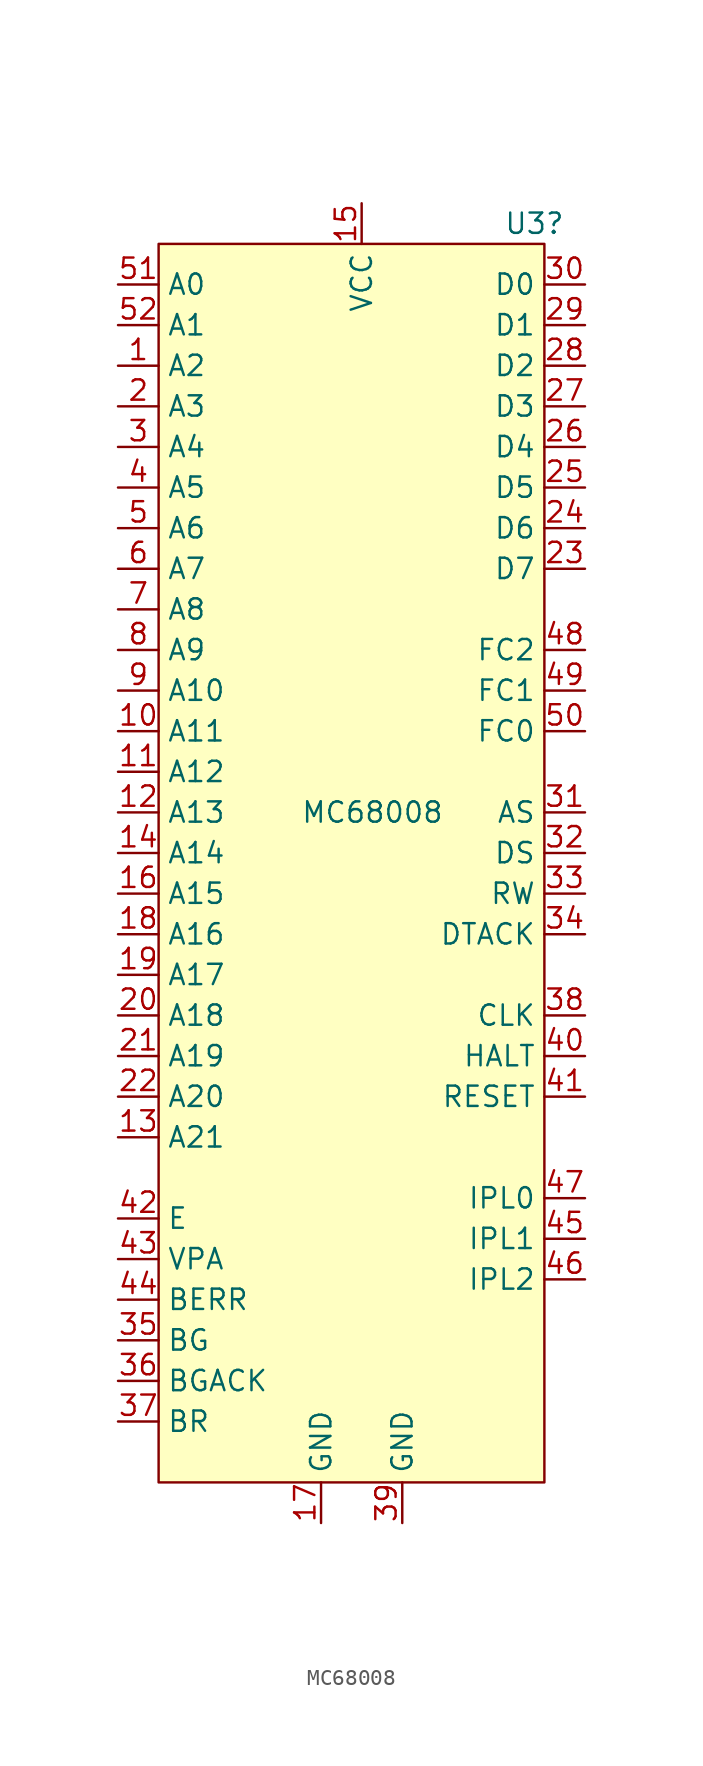
<source format=kicad_sym>
(kicad_symbol_lib
  (version 20231120)
  (generator "kicad_symbol_editor")
  (generator_version "8.0")
  (symbol "MC68008"
    (property "Reference" "U3"
      (at 8.89 36.83 0)
      (effects (font (size 1.27 1.27)) (justify left)))
    (property "Value" "MC68008"
      (at -3.81 0 0)
      (effects (font (size 1.27 1.27)) (justify left)))
    (symbol "MC68008_0_1"
      (rectangle (start -12.7 35.56) (end 11.43 -41.91) (stroke (width 0) (type default)) (fill (type background))))
    (symbol "MC68008_1_1"
      (pin output line (at -15.24 27.94 0) (length 2.54) (name "A2" (effects (font (size 1.27 1.27)))) (number "1" (effects (font (size 1.27 1.27)))))
      (pin output line (at -15.24 5.08 0) (length 2.54) (name "A11" (effects (font (size 1.27 1.27)))) (number "10" (effects (font (size 1.27 1.27)))))
      (pin output line (at -15.24 2.54 0) (length 2.54) (name "A12" (effects (font (size 1.27 1.27)))) (number "11" (effects (font (size 1.27 1.27)))))
      (pin output line (at -15.24 0 0) (length 2.54) (name "A13" (effects (font (size 1.27 1.27)))) (number "12" (effects (font (size 1.27 1.27)))))
      (pin output line (at -15.24 -20.32 0) (length 2.54) (name "A21" (effects (font (size 1.27 1.27)))) (number "13" (effects (font (size 1.27 1.27)))))
      (pin output line (at -15.24 -2.54 0) (length 2.54) (name "A14" (effects (font (size 1.27 1.27)))) (number "14" (effects (font (size 1.27 1.27)))))
      (pin power_in line (at 0 38.1 270) (length 2.54) (name "VCC" (effects (font (size 1.27 1.27)))) (number "15" (effects (font (size 1.27 1.27)))))
      (pin output line (at -15.24 -5.08 0) (length 2.54) (name "A15" (effects (font (size 1.27 1.27)))) (number "16" (effects (font (size 1.27 1.27)))))
      (pin power_in line (at -2.54 -44.45 90) (length 2.54) (name "GND" (effects (font (size 1.27 1.27)))) (number "17" (effects (font (size 1.27 1.27)))))
      (pin output line (at -15.24 -7.62 0) (length 2.54) (name "A16" (effects (font (size 1.27 1.27)))) (number "18" (effects (font (size 1.27 1.27)))))
      (pin output line (at -15.24 -10.16 0) (length 2.54) (name "A17" (effects (font (size 1.27 1.27)))) (number "19" (effects (font (size 1.27 1.27)))))
      (pin output line (at -15.24 25.4 0) (length 2.54) (name "A3" (effects (font (size 1.27 1.27)))) (number "2" (effects (font (size 1.27 1.27)))))
      (pin output line (at -15.24 -12.7 0) (length 2.54) (name "A18" (effects (font (size 1.27 1.27)))) (number "20" (effects (font (size 1.27 1.27)))))
      (pin output line (at -15.24 -15.24 0) (length 2.54) (name "A19" (effects (font (size 1.27 1.27)))) (number "21" (effects (font (size 1.27 1.27)))))
      (pin output line (at -15.24 -17.78 0) (length 2.54) (name "A20" (effects (font (size 1.27 1.27)))) (number "22" (effects (font (size 1.27 1.27)))))
      (pin bidirectional line (at 13.97 15.24 180) (length 2.54) (name "D7" (effects (font (size 1.27 1.27)))) (number "23" (effects (font (size 1.27 1.27)))))
      (pin bidirectional line (at 13.97 17.78 180) (length 2.54) (name "D6" (effects (font (size 1.27 1.27)))) (number "24" (effects (font (size 1.27 1.27)))))
      (pin bidirectional line (at 13.97 20.32 180) (length 2.54) (name "D5" (effects (font (size 1.27 1.27)))) (number "25" (effects (font (size 1.27 1.27)))))
      (pin bidirectional line (at 13.97 22.86 180) (length 2.54) (name "D4" (effects (font (size 1.27 1.27)))) (number "26" (effects (font (size 1.27 1.27)))))
      (pin bidirectional line (at 13.97 25.4 180) (length 2.54) (name "D3" (effects (font (size 1.27 1.27)))) (number "27" (effects (font (size 1.27 1.27)))))
      (pin bidirectional line (at 13.97 27.94 180) (length 2.54) (name "D2" (effects (font (size 1.27 1.27)))) (number "28" (effects (font (size 1.27 1.27)))))
      (pin bidirectional line (at 13.97 30.48 180) (length 2.54) (name "D1" (effects (font (size 1.27 1.27)))) (number "29" (effects (font (size 1.27 1.27)))))
      (pin output line (at -15.24 22.86 0) (length 2.54) (name "A4" (effects (font (size 1.27 1.27)))) (number "3" (effects (font (size 1.27 1.27)))))
      (pin bidirectional line (at 13.97 33.02 180) (length 2.54) (name "D0" (effects (font (size 1.27 1.27)))) (number "30" (effects (font (size 1.27 1.27)))))
      (pin output line (at 13.97 0 180) (length 2.54) (name "AS" (effects (font (size 1.27 1.27)))) (number "31" (effects (font (size 1.27 1.27)))))
      (pin output line (at 13.97 -2.54 180) (length 2.54) (name "DS" (effects (font (size 1.27 1.27)))) (number "32" (effects (font (size 1.27 1.27)))))
      (pin output line (at 13.97 -5.08 180) (length 2.54) (name "RW" (effects (font (size 1.27 1.27)))) (number "33" (effects (font (size 1.27 1.27)))))
      (pin input line (at 13.97 -7.62 180) (length 2.54) (name "DTACK" (effects (font (size 1.27 1.27)))) (number "34" (effects (font (size 1.27 1.27)))))
      (pin output line (at -15.24 -33.02 0) (length 2.54) (name "BG" (effects (font (size 1.27 1.27)))) (number "35" (effects (font (size 1.27 1.27)))))
      (pin output line (at -15.24 -35.56 0) (length 2.54) (name "BGACK" (effects (font (size 1.27 1.27)))) (number "36" (effects (font (size 1.27 1.27)))))
      (pin output line (at -15.24 -38.1 0) (length 2.54) (name "BR" (effects (font (size 1.27 1.27)))) (number "37" (effects (font (size 1.27 1.27)))))
      (pin input line (at 13.97 -12.7 180) (length 2.54) (name "CLK" (effects (font (size 1.27 1.27)))) (number "38" (effects (font (size 1.27 1.27)))))
      (pin power_in line (at 2.54 -44.45 90) (length 2.54) (name "GND" (effects (font (size 1.27 1.27)))) (number "39" (effects (font (size 1.27 1.27)))))
      (pin output line (at -15.24 20.32 0) (length 2.54) (name "A5" (effects (font (size 1.27 1.27)))) (number "4" (effects (font (size 1.27 1.27)))))
      (pin input line (at 13.97 -15.24 180) (length 2.54) (name "HALT" (effects (font (size 1.27 1.27)))) (number "40" (effects (font (size 1.27 1.27)))))
      (pin input line (at 13.97 -17.78 180) (length 2.54) (name "RESET" (effects (font (size 1.27 1.27)))) (number "41" (effects (font (size 1.27 1.27)))))
      (pin output line (at -15.24 -25.4 0) (length 2.54) (name "E" (effects (font (size 1.27 1.27)))) (number "42" (effects (font (size 1.27 1.27)))))
      (pin output line (at -15.24 -27.94 0) (length 2.54) (name "VPA" (effects (font (size 1.27 1.27)))) (number "43" (effects (font (size 1.27 1.27)))))
      (pin output line (at -15.24 -30.48 0) (length 2.54) (name "BERR" (effects (font (size 1.27 1.27)))) (number "44" (effects (font (size 1.27 1.27)))))
      (pin input line (at 13.97 -26.67 180) (length 2.54) (name "IPL1" (effects (font (size 1.27 1.27)))) (number "45" (effects (font (size 1.27 1.27)))))
      (pin input line (at 13.97 -29.21 180) (length 2.54) (name "IPL2" (effects (font (size 1.27 1.27)))) (number "46" (effects (font (size 1.27 1.27)))))
      (pin input line (at 13.97 -24.13 180) (length 2.54) (name "IPL0" (effects (font (size 1.27 1.27)))) (number "47" (effects (font (size 1.27 1.27)))))
      (pin output line (at 13.97 10.16 180) (length 2.54) (name "FC2" (effects (font (size 1.27 1.27)))) (number "48" (effects (font (size 1.27 1.27)))))
      (pin output line (at 13.97 7.62 180) (length 2.54) (name "FC1" (effects (font (size 1.27 1.27)))) (number "49" (effects (font (size 1.27 1.27)))))
      (pin output line (at -15.24 17.78 0) (length 2.54) (name "A6" (effects (font (size 1.27 1.27)))) (number "5" (effects (font (size 1.27 1.27)))))
      (pin output line (at 13.97 5.08 180) (length 2.54) (name "FC0" (effects (font (size 1.27 1.27)))) (number "50" (effects (font (size 1.27 1.27)))))
      (pin output line (at -15.24 33.02 0) (length 2.54) (name "A0" (effects (font (size 1.27 1.27)))) (number "51" (effects (font (size 1.27 1.27)))))
      (pin output line (at -15.24 30.48 0) (length 2.54) (name "A1" (effects (font (size 1.27 1.27)))) (number "52" (effects (font (size 1.27 1.27)))))
      (pin output line (at -15.24 15.24 0) (length 2.54) (name "A7" (effects (font (size 1.27 1.27)))) (number "6" (effects (font (size 1.27 1.27)))))
      (pin output line (at -15.24 12.7 0) (length 2.54) (name "A8" (effects (font (size 1.27 1.27)))) (number "7" (effects (font (size 1.27 1.27)))))
      (pin output line (at -15.24 10.16 0) (length 2.54) (name "A9" (effects (font (size 1.27 1.27)))) (number "8" (effects (font (size 1.27 1.27)))))
      (pin output line (at -15.24 7.62 0) (length 2.54) (name "A10" (effects (font (size 1.27 1.27)))) (number "9" (effects (font (size 1.27 1.27))))))))
</source>
